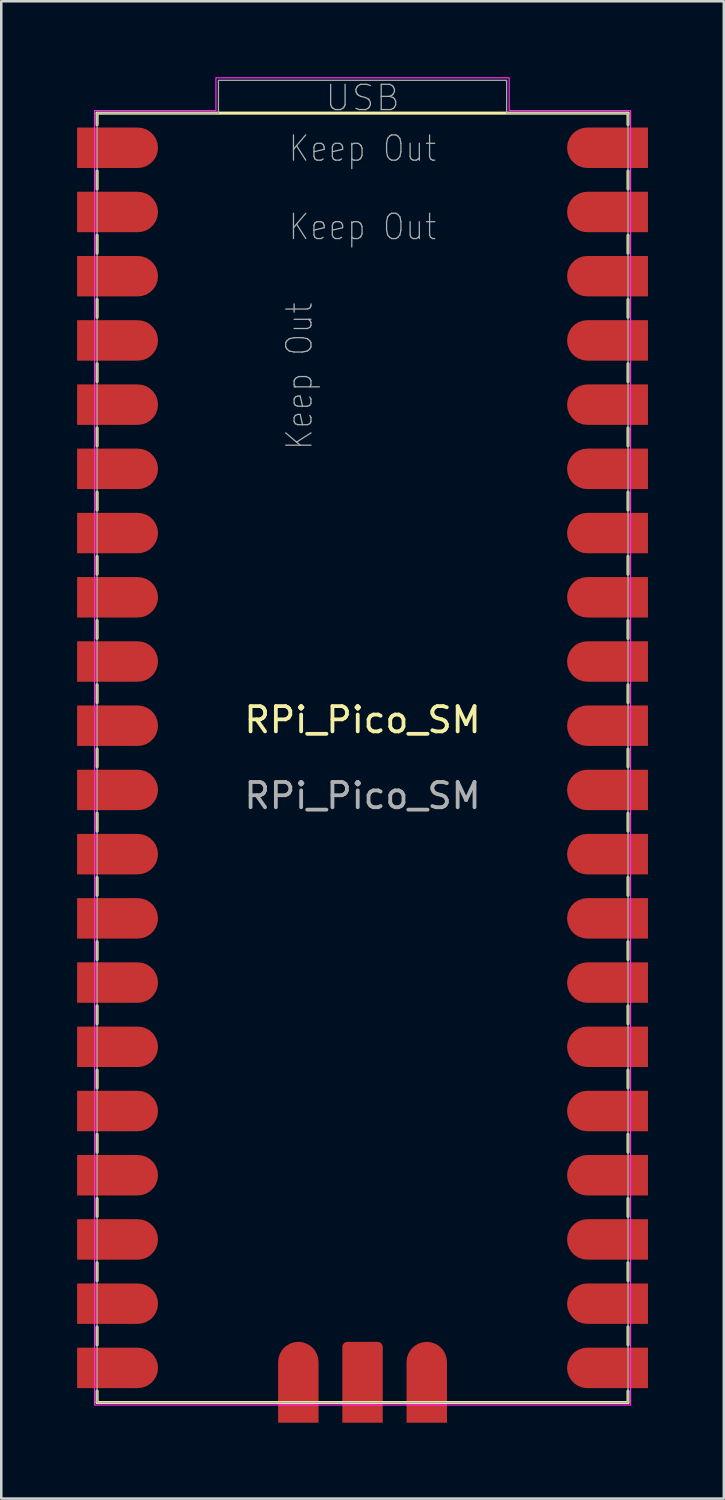
<source format=kicad_pcb>
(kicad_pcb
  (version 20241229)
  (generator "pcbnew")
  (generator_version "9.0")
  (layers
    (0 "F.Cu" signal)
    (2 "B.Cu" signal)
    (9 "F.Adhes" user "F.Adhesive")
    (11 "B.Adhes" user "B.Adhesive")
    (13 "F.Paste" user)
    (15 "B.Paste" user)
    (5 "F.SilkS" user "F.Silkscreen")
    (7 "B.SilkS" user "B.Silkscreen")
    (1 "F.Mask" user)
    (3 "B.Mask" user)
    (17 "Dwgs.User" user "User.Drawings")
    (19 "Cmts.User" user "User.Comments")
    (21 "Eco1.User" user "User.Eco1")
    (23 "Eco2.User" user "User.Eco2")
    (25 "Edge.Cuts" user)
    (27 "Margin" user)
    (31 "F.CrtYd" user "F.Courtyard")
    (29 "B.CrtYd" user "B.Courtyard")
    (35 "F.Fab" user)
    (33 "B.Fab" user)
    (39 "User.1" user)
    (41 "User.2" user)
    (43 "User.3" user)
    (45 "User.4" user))
  (footprint "RPi_Pico_SM"
    (layer "F.Cu")
    (at 11.29 26.925)
    (property "Reference" "RPi_Pico_SM" (at 0 -1.5 0) (unlocked yes) (layer "F.SilkS") (effects (font (size 1 1) (thickness 0.15))))
    (attr smd)
    (fp_line (start -10.5 -25.5) (end 10.5 -25.5) (stroke (width 0.12) (type solid)) (layer "F.SilkS"))
    (fp_line (start -10.5 -25.04) (end -10.5 -25.5) (stroke (width 0.12) (type solid)) (layer "F.SilkS"))
    (fp_line (start -10.5 -22.5) (end -10.5 -23.21) (stroke (width 0.12) (type solid)) (layer "F.SilkS"))
    (fp_line (start -10.5 -19.96) (end -10.5 -20.67) (stroke (width 0.12) (type solid)) (layer "F.SilkS"))
    (fp_line (start -10.5 -17.42) (end -10.5 -18.13) (stroke (width 0.12) (type solid)) (layer "F.SilkS"))
    (fp_line (start -10.5 -14.88) (end -10.5 -15.59) (stroke (width 0.12) (type solid)) (layer "F.SilkS"))
    (fp_line (start -10.5 -12.34) (end -10.5 -13.05) (stroke (width 0.12) (type solid)) (layer "F.SilkS"))
    (fp_line (start -10.5 -9.8) (end -10.5 -10.51) (stroke (width 0.12) (type solid)) (layer "F.SilkS"))
    (fp_line (start -10.5 -7.26) (end -10.5 -7.97) (stroke (width 0.12) (type solid)) (layer "F.SilkS"))
    (fp_line (start -10.5 -4.72) (end -10.5 -5.43) (stroke (width 0.12) (type solid)) (layer "F.SilkS"))
    (fp_line (start -10.5 -2.18) (end -10.5 -2.89) (stroke (width 0.12) (type solid)) (layer "F.SilkS"))
    (fp_line (start -10.5 0.36) (end -10.5 -0.35) (stroke (width 0.12) (type solid)) (layer "F.SilkS"))
    (fp_line (start -10.5 2.9) (end -10.5 2.19) (stroke (width 0.12) (type solid)) (layer "F.SilkS"))
    (fp_line (start -10.5 5.44) (end -10.5 4.73) (stroke (width 0.12) (type solid)) (layer "F.SilkS"))
    (fp_line (start -10.5 7.98) (end -10.5 7.27) (stroke (width 0.12) (type solid)) (layer "F.SilkS"))
    (fp_line (start -10.5 10.52) (end -10.5 9.81) (stroke (width 0.12) (type solid)) (layer "F.SilkS"))
    (fp_line (start -10.5 13.06) (end -10.5 12.35) (stroke (width 0.12) (type solid)) (layer "F.SilkS"))
    (fp_line (start -10.5 15.6) (end -10.5 14.89) (stroke (width 0.12) (type solid)) (layer "F.SilkS"))
    (fp_line (start -10.5 18.14) (end -10.5 17.43) (stroke (width 0.12) (type solid)) (layer "F.SilkS"))
    (fp_line (start -10.5 20.68) (end -10.5 19.97) (stroke (width 0.12) (type solid)) (layer "F.SilkS"))
    (fp_line (start -10.5 23.22) (end -10.5 22.51) (stroke (width 0.12) (type solid)) (layer "F.SilkS"))
    (fp_line (start -10.5 25.5) (end -10.5 25.045) (stroke (width 0.12) (type solid)) (layer "F.SilkS"))
    (fp_line (start 10.5 -25.04) (end 10.5 -25.5) (stroke (width 0.12) (type solid)) (layer "F.SilkS"))
    (fp_line (start 10.5 -22.5) (end 10.5 -23.21) (stroke (width 0.12) (type solid)) (layer "F.SilkS"))
    (fp_line (start 10.5 -19.96) (end 10.5 -20.67) (stroke (width 0.12) (type solid)) (layer "F.SilkS"))
    (fp_line (start 10.5 -17.42) (end 10.5 -18.13) (stroke (width 0.12) (type solid)) (layer "F.SilkS"))
    (fp_line (start 10.5 -14.88) (end 10.5 -15.59) (stroke (width 0.12) (type solid)) (layer "F.SilkS"))
    (fp_line (start 10.5 -12.34) (end 10.5 -13.05) (stroke (width 0.12) (type solid)) (layer "F.SilkS"))
    (fp_line (start 10.5 -9.8) (end 10.5 -10.51) (stroke (width 0.12) (type solid)) (layer "F.SilkS"))
    (fp_line (start 10.5 -7.26) (end 10.5 -7.97) (stroke (width 0.12) (type solid)) (layer "F.SilkS"))
    (fp_line (start 10.5 -4.72) (end 10.5 -5.43) (stroke (width 0.12) (type solid)) (layer "F.SilkS"))
    (fp_line (start 10.5 -2.18) (end 10.5 -2.89) (stroke (width 0.12) (type solid)) (layer "F.SilkS"))
    (fp_line (start 10.5 0.36) (end 10.5 -0.35) (stroke (width 0.12) (type solid)) (layer "F.SilkS"))
    (fp_line (start 10.5 2.9) (end 10.5 2.19) (stroke (width 0.12) (type solid)) (layer "F.SilkS"))
    (fp_line (start 10.5 5.44) (end 10.5 4.73) (stroke (width 0.12) (type solid)) (layer "F.SilkS"))
    (fp_line (start 10.5 7.98) (end 10.5 7.27) (stroke (width 0.12) (type solid)) (layer "F.SilkS"))
    (fp_line (start 10.5 10.52) (end 10.5 9.81) (stroke (width 0.12) (type solid)) (layer "F.SilkS"))
    (fp_line (start 10.5 13.06) (end 10.5 12.35) (stroke (width 0.12) (type solid)) (layer "F.SilkS"))
    (fp_line (start 10.5 15.6) (end 10.5 14.89) (stroke (width 0.12) (type solid)) (layer "F.SilkS"))
    (fp_line (start 10.5 18.14) (end 10.5 17.43) (stroke (width 0.12) (type solid)) (layer "F.SilkS"))
    (fp_line (start 10.5 20.68) (end 10.5 19.97) (stroke (width 0.12) (type solid)) (layer "F.SilkS"))
    (fp_line (start 10.5 23.22) (end 10.5 22.51) (stroke (width 0.12) (type solid)) (layer "F.SilkS"))
    (fp_line (start 10.5 25.5) (end -10.5 25.5) (stroke (width 0.12) (type solid)) (layer "F.SilkS"))
    (fp_line (start 10.5 25.5) (end 10.5 25.045) (stroke (width 0.12) (type solid)) (layer "F.SilkS"))
    (fp_poly (pts (xy 5.8 -25.6) (xy 10.6 -25.6) (xy 10.6 25.6) (xy -10.6 25.6) (xy -10.6 -25.6) (xy -5.8 -25.6) (xy -5.8 -26.9) (xy 5.8 -26.9)) (stroke (width 0.05) (type solid)) (fill no) (layer "F.CrtYd"))
    (fp_poly (pts (xy 5.7 -25.5) (xy 10.5 -25.5) (xy 10.5 25.5) (xy -10.5 25.5) (xy -10.5 -25.5) (xy -5.7 -25.5) (xy -5.7 -26.8) (xy 5.7 -26.8)) (stroke (width 0.05) (type solid)) (fill no) (layer "F.Fab"))
    (fp_text user "USB" (at 0 -26.1 0) (unlocked yes) (layer "F.Fab") (effects (font (size 1 1) (thickness 0.05))))
    (fp_text user "Keep Out" (at 0 -24.1 0) (unlocked yes) (layer "F.Fab") (effects (font (size 1 0.85) (thickness 0.05))))
    (fp_text user "Keep Out" (at 0 -21 0) (unlocked yes) (layer "F.Fab") (effects (font (size 1 0.85) (thickness 0.05))))
    (fp_text user "Keep Out" (at -2.5 -15.1 90) (unlocked yes) (layer "F.Fab") (effects (font (size 1 0.85) (thickness 0.05))))
    (fp_text user "${REFERENCE}" (at 0 1.5 0) (unlocked yes) (layer "F.Fab") (effects (font (size 1 1) (thickness 0.15))))
    (pad "1" smd roundrect (at -9.69 -24.13) (size 3.2 1.6) (layers "F.Cu" "F.Mask" "F.Paste") (roundrect_rratio 0.5) (chamfer_ratio 0) (chamfer top_left bottom_left))
    (pad "2" smd roundrect (at -9.69 -21.59) (size 3.2 1.6) (layers "F.Cu" "F.Mask" "F.Paste") (roundrect_rratio 0.5) (chamfer_ratio 0) (chamfer top_left bottom_left))
    (pad "3" smd roundrect (at -9.69 -19.05) (size 3.2 1.6) (layers "F.Cu" "F.Mask" "F.Paste") (roundrect_rratio 0.5) (chamfer_ratio 0) (chamfer top_left bottom_left))
    (pad "4" smd roundrect (at -9.69 -16.51) (size 3.2 1.6) (layers "F.Cu" "F.Mask" "F.Paste") (roundrect_rratio 0.5) (chamfer_ratio 0) (chamfer top_left bottom_left))
    (pad "5" smd roundrect (at -9.69 -13.97) (size 3.2 1.6) (layers "F.Cu" "F.Mask" "F.Paste") (roundrect_rratio 0.5) (chamfer_ratio 0) (chamfer top_left bottom_left))
    (pad "6" smd roundrect (at -9.69 -11.43) (size 3.2 1.6) (layers "F.Cu" "F.Mask" "F.Paste") (roundrect_rratio 0.5) (chamfer_ratio 0) (chamfer top_left bottom_left))
    (pad "7" smd roundrect (at -9.69 -8.89) (size 3.2 1.6) (layers "F.Cu" "F.Mask" "F.Paste") (roundrect_rratio 0.5) (chamfer_ratio 0) (chamfer top_left bottom_left))
    (pad "8" smd roundrect (at -9.69 -6.35) (size 3.2 1.6) (layers "F.Cu" "F.Mask" "F.Paste") (roundrect_rratio 0.5) (chamfer_ratio 0) (chamfer top_left bottom_left))
    (pad "9" smd roundrect (at -9.69 -3.81) (size 3.2 1.6) (layers "F.Cu" "F.Mask" "F.Paste") (roundrect_rratio 0.5) (chamfer_ratio 0) (chamfer top_left bottom_left))
    (pad "10" smd roundrect (at -9.69 -1.27) (size 3.2 1.6) (layers "F.Cu" "F.Mask" "F.Paste") (roundrect_rratio 0.5) (chamfer_ratio 0) (chamfer top_left bottom_left))
    (pad "11" smd roundrect (at -9.69 1.27) (size 3.2 1.6) (layers "F.Cu" "F.Mask" "F.Paste") (roundrect_rratio 0.5) (chamfer_ratio 0) (chamfer top_left bottom_left))
    (pad "12" smd roundrect (at -9.69 3.81) (size 3.2 1.6) (layers "F.Cu" "F.Mask" "F.Paste") (roundrect_rratio 0.5) (chamfer_ratio 0) (chamfer top_left bottom_left))
    (pad "13" smd roundrect (at -9.69 6.35) (size 3.2 1.6) (layers "F.Cu" "F.Mask" "F.Paste") (roundrect_rratio 0.5) (chamfer_ratio 0) (chamfer top_left bottom_left))
    (pad "14" smd roundrect (at -9.69 8.89) (size 3.2 1.6) (layers "F.Cu" "F.Mask" "F.Paste") (roundrect_rratio 0.5) (chamfer_ratio 0) (chamfer top_left bottom_left))
    (pad "15" smd roundrect (at -9.69 11.43) (size 3.2 1.6) (layers "F.Cu" "F.Mask" "F.Paste") (roundrect_rratio 0.5) (chamfer_ratio 0) (chamfer top_left bottom_left))
    (pad "16" smd roundrect (at -9.69 13.97) (size 3.2 1.6) (layers "F.Cu" "F.Mask" "F.Paste") (roundrect_rratio 0.5) (chamfer_ratio 0) (chamfer top_left bottom_left))
    (pad "17" smd roundrect (at -9.69 16.51) (size 3.2 1.6) (layers "F.Cu" "F.Mask" "F.Paste") (roundrect_rratio 0.5) (chamfer_ratio 0) (chamfer top_left bottom_left))
    (pad "18" smd roundrect (at -9.69 19.05) (size 3.2 1.6) (layers "F.Cu" "F.Mask" "F.Paste") (roundrect_rratio 0.5) (chamfer_ratio 0) (chamfer top_left bottom_left))
    (pad "19" smd roundrect (at -9.69 21.59) (size 3.2 1.6) (layers "F.Cu" "F.Mask" "F.Paste") (roundrect_rratio 0.5) (chamfer_ratio 0) (chamfer top_left bottom_left))
    (pad "20" smd roundrect (at -9.69 24.13) (size 3.2 1.6) (layers "F.Cu" "F.Mask" "F.Paste") (roundrect_rratio 0.5) (chamfer_ratio 0) (chamfer top_left bottom_left))
    (pad "21" smd roundrect (at 9.69 24.13) (size 3.2 1.6) (layers "F.Cu" "F.Mask" "F.Paste") (roundrect_rratio 0.5) (chamfer_ratio 0) (chamfer top_right bottom_right))
    (pad "22" smd roundrect (at 9.69 21.59) (size 3.2 1.6) (layers "F.Cu" "F.Mask" "F.Paste") (roundrect_rratio 0.5) (chamfer_ratio 0) (chamfer top_right bottom_right))
    (pad "23" smd roundrect (at 9.69 19.05) (size 3.2 1.6) (layers "F.Cu" "F.Mask" "F.Paste") (roundrect_rratio 0.5) (chamfer_ratio 0) (chamfer top_right bottom_right))
    (pad "24" smd roundrect (at 9.69 16.51) (size 3.2 1.6) (layers "F.Cu" "F.Mask" "F.Paste") (roundrect_rratio 0.5) (chamfer_ratio 0) (chamfer top_right bottom_right))
    (pad "25" smd roundrect (at 9.69 13.97) (size 3.2 1.6) (layers "F.Cu" "F.Mask" "F.Paste") (roundrect_rratio 0.5) (chamfer_ratio 0) (chamfer top_right bottom_right))
    (pad "26" smd roundrect (at 9.69 11.43) (size 3.2 1.6) (layers "F.Cu" "F.Mask" "F.Paste") (roundrect_rratio 0.5) (chamfer_ratio 0) (chamfer top_right bottom_right))
    (pad "27" smd roundrect (at 9.69 8.89) (size 3.2 1.6) (layers "F.Cu" "F.Mask" "F.Paste") (roundrect_rratio 0.5) (chamfer_ratio 0) (chamfer top_right bottom_right))
    (pad "28" smd roundrect (at 9.69 6.35) (size 3.2 1.6) (layers "F.Cu" "F.Mask" "F.Paste") (roundrect_rratio 0.5) (chamfer_ratio 0) (chamfer top_right bottom_right))
    (pad "29" smd roundrect (at 9.69 3.81) (size 3.2 1.6) (layers "F.Cu" "F.Mask" "F.Paste") (roundrect_rratio 0.5) (chamfer_ratio 0) (chamfer top_right bottom_right))
    (pad "30" smd roundrect (at 9.69 1.27) (size 3.2 1.6) (layers "F.Cu" "F.Mask" "F.Paste") (roundrect_rratio 0.5) (chamfer_ratio 0) (chamfer top_right bottom_right))
    (pad "31" smd roundrect (at 9.69 -1.27) (size 3.2 1.6) (layers "F.Cu" "F.Mask" "F.Paste") (roundrect_rratio 0.5) (chamfer_ratio 0) (chamfer top_right bottom_right))
    (pad "32" smd roundrect (at 9.69 -3.81) (size 3.2 1.6) (layers "F.Cu" "F.Mask" "F.Paste") (roundrect_rratio 0.5) (chamfer_ratio 0) (chamfer top_right bottom_right))
    (pad "33" smd roundrect (at 9.69 -6.35) (size 3.2 1.6) (layers "F.Cu" "F.Mask" "F.Paste") (roundrect_rratio 0.5) (chamfer_ratio 0) (chamfer top_right bottom_right))
    (pad "34" smd roundrect (at 9.69 -8.89) (size 3.2 1.6) (layers "F.Cu" "F.Mask" "F.Paste") (roundrect_rratio 0.5) (chamfer_ratio 0) (chamfer top_right bottom_right))
    (pad "35" smd roundrect (at 9.69 -11.43) (size 3.2 1.6) (layers "F.Cu" "F.Mask" "F.Paste") (roundrect_rratio 0.5) (chamfer_ratio 0) (chamfer top_right bottom_right))
    (pad "36" smd roundrect (at 9.69 -13.97) (size 3.2 1.6) (layers "F.Cu" "F.Mask" "F.Paste") (roundrect_rratio 0.5) (chamfer_ratio 0) (chamfer top_right bottom_right))
    (pad "37" smd roundrect (at 9.69 -16.51) (size 3.2 1.6) (layers "F.Cu" "F.Mask" "F.Paste") (roundrect_rratio 0.5) (chamfer_ratio 0) (chamfer top_right bottom_right))
    (pad "38" smd roundrect (at 9.69 -19.05) (size 3.2 1.6) (layers "F.Cu" "F.Mask" "F.Paste") (roundrect_rratio 0.5) (chamfer_ratio 0) (chamfer top_right bottom_right))
    (pad "39" smd roundrect (at 9.69 -21.59) (size 3.2 1.6) (layers "F.Cu" "F.Mask" "F.Paste") (roundrect_rratio 0.5) (chamfer_ratio 0) (chamfer top_right bottom_right))
    (pad "40" smd roundrect (at 9.69 -24.13) (size 3.2 1.6) (layers "F.Cu" "F.Mask" "F.Paste") (roundrect_rratio 0.5) (chamfer_ratio 0) (chamfer top_right bottom_right))
    (pad "D1" smd roundrect (at -2.54 24.7 90) (size 3.2 1.6) (layers "F.Cu" "F.Mask" "F.Paste") (roundrect_rratio 0.5) (chamfer_ratio 0) (chamfer top_left bottom_left))
    (pad "D2" smd roundrect (at 0 24.7 90) (size 3.2 1.6) (layers "F.Cu" "F.Mask" "F.Paste") (roundrect_rratio 0.125) (chamfer_ratio 0) (chamfer top_left bottom_left))
    (pad "D3" smd roundrect (at 2.54 24.7 90) (size 3.2 1.6) (layers "F.Cu" "F.Mask" "F.Paste") (roundrect_rratio 0.5) (chamfer_ratio 0) (chamfer top_left bottom_left))
    (zone (net_name "") (layers "F.Cu" "F.SilkS" "F.Adhes" "F.Paste") (name "Pads A, B, TP2 and TP3 Keep Out") (hatch edge 0.508) (connect_pads) (min_thickness 0.254) (filled_areas_thickness no) (keepout (tracks not_allowed) (vias not_allowed) (pads not_allowed) (copperpour not_allowed) (footprints allowed)) (placement (enabled no)) (fill) (polygon (pts (xy 9.69 8.525) (xy 9.69 15.325) (xy 7.89 15.325) (xy 7.89 8.525))))
    (zone (net_name "") (layers "F.Cu" "F.SilkS" "F.Adhes" "F.Paste") (name "Pads A, B, TP2 and TP3 Keep Out") (hatch edge 0.508) (connect_pads) (min_thickness 0.254) (filled_areas_thickness no) (keepout (tracks not_allowed) (vias not_allowed) (pads not_allowed) (copperpour not_allowed) (footprints allowed)) (placement (enabled no)) (fill) (polygon (pts (xy 14.39 6.825) (xy 8.19 6.825) (xy 8.19 5.025) (xy 14.39 5.025))))
    (zone (net_name "") (layers "F.Cu" "F.SilkS" "F.Adhes" "F.Paste") (name "Pads A, B, TP2 and TP3 Keep Out") (hatch edge 0.508) (connect_pads) (min_thickness 0.254) (filled_areas_thickness no) (keepout (tracks not_allowed) (vias not_allowed) (pads not_allowed) (copperpour not_allowed) (footprints allowed)) (placement (enabled no)) (fill) (polygon (pts (xy 14.69 3.925) (xy 7.89 3.925) (xy 7.89 1.725) (xy 14.69 1.725)))))
  (gr_rect
    (start -3 -3)
    (end 25.58 56.225)
    (stroke (width 0.1) (type default))
    (fill no)
    (layer "Edge.Cuts")))
</source>
